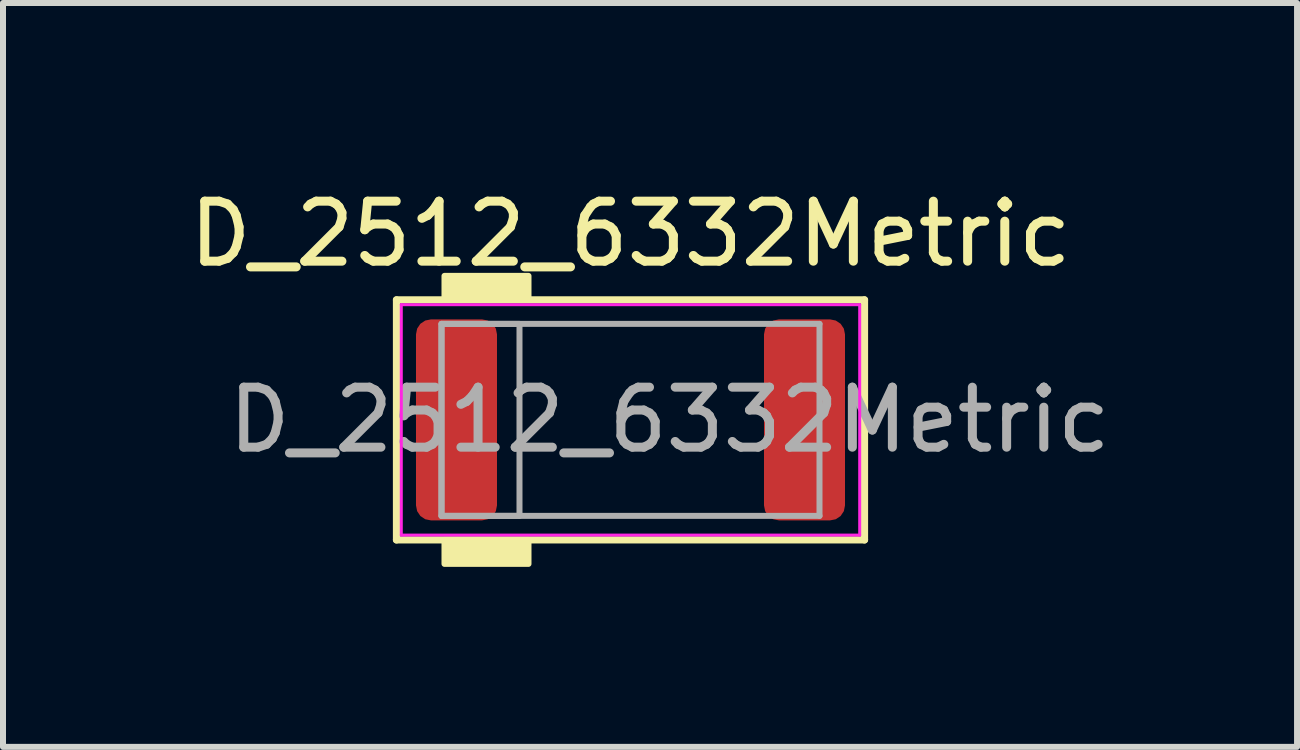
<source format=kicad_pcb>
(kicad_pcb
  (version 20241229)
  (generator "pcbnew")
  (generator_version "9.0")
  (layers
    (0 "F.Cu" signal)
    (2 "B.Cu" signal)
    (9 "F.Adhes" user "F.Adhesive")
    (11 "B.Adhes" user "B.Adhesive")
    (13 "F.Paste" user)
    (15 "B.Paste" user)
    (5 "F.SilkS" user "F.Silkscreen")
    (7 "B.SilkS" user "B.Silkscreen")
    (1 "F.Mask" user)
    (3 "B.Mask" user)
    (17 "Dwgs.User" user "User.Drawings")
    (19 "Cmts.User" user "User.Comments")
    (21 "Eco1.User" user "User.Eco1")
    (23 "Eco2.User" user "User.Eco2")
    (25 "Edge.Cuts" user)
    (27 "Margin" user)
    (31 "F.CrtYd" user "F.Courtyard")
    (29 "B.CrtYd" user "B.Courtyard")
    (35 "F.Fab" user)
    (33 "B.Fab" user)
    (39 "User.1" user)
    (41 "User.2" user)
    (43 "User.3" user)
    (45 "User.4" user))
  (footprint "D_2512_6332Metric"
    (layer "F.Cu")
    (at 7.458 3.948)
    (property "Reference" "D_2512_6332Metric" (at 0 -3.1 0) (layer "F.SilkS") (effects (font (size 1 1) (thickness 0.15))))
    (attr smd)
    (fp_line (start -3.9 -2) (end -3.9 2) (stroke (width 0.12) (type solid)) (layer "F.SilkS"))
    (fp_line (start -3.9 2) (end 3.9 2) (stroke (width 0.12) (type solid)) (layer "F.SilkS"))
    (fp_line (start 3.9 -2) (end -3.9 -2) (stroke (width 0.12) (type solid)) (layer "F.SilkS"))
    (fp_line (start 3.9 2) (end 3.9 -2) (stroke (width 0.12) (type solid)) (layer "F.SilkS"))
    (fp_poly (pts (xy -1.7 -2) (xy -3.1 -2) (xy -3.1 -2.4) (xy -1.7 -2.4)) (stroke (width 0.1) (type solid)) (fill yes) (layer "F.SilkS"))
    (fp_poly (pts (xy -1.7 2.4) (xy -3.1 2.4) (xy -3.1 2) (xy -1.7 2)) (stroke (width 0.1) (type solid)) (fill yes) (layer "F.SilkS"))
    (fp_line (start -3.82 -1.92) (end 3.82 -1.92) (stroke (width 0.05) (type solid)) (layer "F.CrtYd"))
    (fp_line (start -3.82 1.92) (end -3.82 -1.92) (stroke (width 0.05) (type solid)) (layer "F.CrtYd"))
    (fp_line (start 3.82 -1.92) (end 3.82 1.92) (stroke (width 0.05) (type solid)) (layer "F.CrtYd"))
    (fp_line (start 3.82 1.92) (end -3.82 1.92) (stroke (width 0.05) (type solid)) (layer "F.CrtYd"))
    (fp_line (start -3.15 -1.6) (end -3.15 1.6) (stroke (width 0.1) (type solid)) (layer "F.Fab"))
    (fp_line (start -3.15 1.6) (end 3.15 1.6) (stroke (width 0.1) (type solid)) (layer "F.Fab"))
    (fp_line (start 3.15 -1.6) (end -3.15 -1.6) (stroke (width 0.1) (type solid)) (layer "F.Fab"))
    (fp_line (start 3.15 1.6) (end 3.15 -1.6) (stroke (width 0.1) (type solid)) (layer "F.Fab"))
    (fp_rect (start -3.15 -1.6) (end -1.85 1.6) (stroke (width 0.1) (type solid)) (fill no) (layer "F.Fab"))
    (fp_text user "${REFERENCE}" (at 0.65 0 0) (layer "F.Fab") (effects (font (size 1 1) (thickness 0.15))))
    (pad "1" smd roundrect (at -2.9 0) (size 1.35 3.35) (layers "F.Cu" "F.Mask" "F.Paste") (roundrect_rratio 0.185))
    (pad "2" smd roundrect (at 2.9 0) (size 1.35 3.35) (layers "F.Cu" "F.Mask" "F.Paste") (roundrect_rratio 0.185)))
  (gr_rect
    (start -3 -3)
    (end 18.567 9.398)
    (stroke (width 0.1) (type default))
    (fill no)
    (layer "Edge.Cuts")))
</source>
